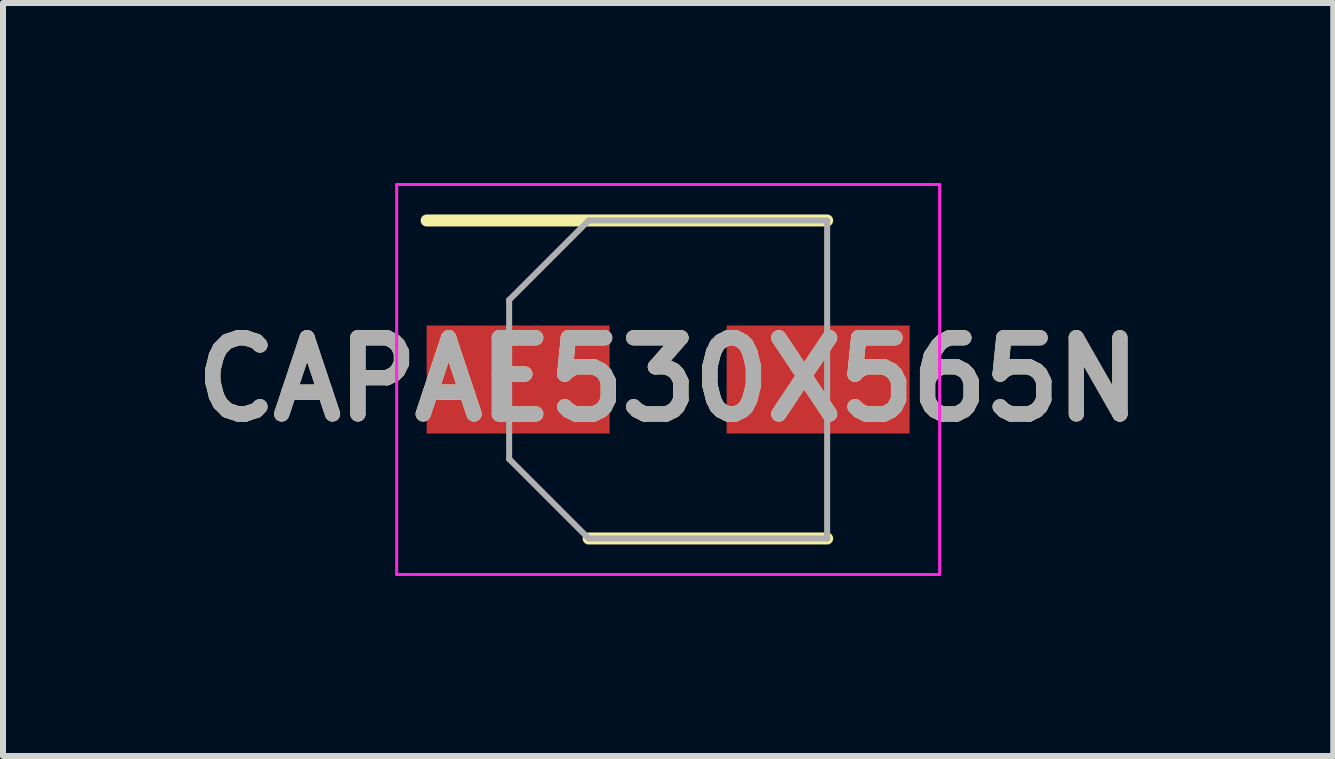
<source format=kicad_pcb>
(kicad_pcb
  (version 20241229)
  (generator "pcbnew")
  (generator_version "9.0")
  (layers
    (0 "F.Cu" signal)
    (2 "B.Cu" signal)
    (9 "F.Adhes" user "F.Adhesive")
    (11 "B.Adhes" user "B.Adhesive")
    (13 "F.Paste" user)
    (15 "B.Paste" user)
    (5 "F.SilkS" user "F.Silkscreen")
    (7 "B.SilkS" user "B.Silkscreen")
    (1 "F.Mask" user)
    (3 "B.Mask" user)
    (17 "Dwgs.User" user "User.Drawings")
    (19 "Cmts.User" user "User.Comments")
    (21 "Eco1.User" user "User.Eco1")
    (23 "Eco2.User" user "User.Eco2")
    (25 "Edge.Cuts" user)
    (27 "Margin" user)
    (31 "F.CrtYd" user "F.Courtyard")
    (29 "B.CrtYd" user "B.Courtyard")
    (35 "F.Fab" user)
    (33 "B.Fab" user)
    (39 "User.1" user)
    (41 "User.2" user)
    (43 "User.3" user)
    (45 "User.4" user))
  (footprint "CAPAE530X565N"
    (layer "F.Cu")
    (at 8.086 3.275)
    (property "Reference" "CAPAE530X565N" (at 0 0 0) (layer "F.SilkS") (effects (font (size 1.27 1.27) (thickness 0.254))))
    (attr smd)
    (fp_line (start -4.025 -2.65) (end 2.65 -2.65) (stroke (width 0.2) (type solid)) (layer "F.SilkS"))
    (fp_line (start -1.325 2.65) (end 2.65 2.65) (stroke (width 0.2) (type solid)) (layer "F.SilkS"))
    (fp_line (start -4.525 -3.25) (end 4.525 -3.25) (stroke (width 0.05) (type solid)) (layer "F.CrtYd"))
    (fp_line (start -4.525 3.25) (end -4.525 -3.25) (stroke (width 0.05) (type solid)) (layer "F.CrtYd"))
    (fp_line (start 4.525 -3.25) (end 4.525 3.25) (stroke (width 0.05) (type solid)) (layer "F.CrtYd"))
    (fp_line (start 4.525 3.25) (end -4.525 3.25) (stroke (width 0.05) (type solid)) (layer "F.CrtYd"))
    (fp_line (start -2.65 -1.325) (end -2.65 1.325) (stroke (width 0.1) (type solid)) (layer "F.Fab"))
    (fp_line (start -2.65 1.325) (end -1.325 2.65) (stroke (width 0.1) (type solid)) (layer "F.Fab"))
    (fp_line (start -1.325 -2.65) (end -2.65 -1.325) (stroke (width 0.1) (type solid)) (layer "F.Fab"))
    (fp_line (start -1.325 2.65) (end 2.65 2.65) (stroke (width 0.1) (type solid)) (layer "F.Fab"))
    (fp_line (start 2.65 -2.65) (end -1.325 -2.65) (stroke (width 0.1) (type solid)) (layer "F.Fab"))
    (fp_line (start 2.65 2.65) (end 2.65 -2.65) (stroke (width 0.1) (type solid)) (layer "F.Fab"))
    (fp_text user "${REFERENCE}" (at 0 0 0) (layer "F.Fab") (effects (font (size 1.27 1.27) (thickness 0.254))))
    (pad "1" smd rect (at -2.5 0 90) (size 1.8 3.05) (layers "F.Cu" "F.Mask" "F.Paste"))
    (pad "2" smd rect (at 2.5 0 90) (size 1.8 3.05) (layers "F.Cu" "F.Mask" "F.Paste")))
  (gr_rect
    (start -3 -3)
    (end 19.171 9.55)
    (stroke (width 0.1) (type default))
    (fill no)
    (layer "Edge.Cuts")))
</source>
